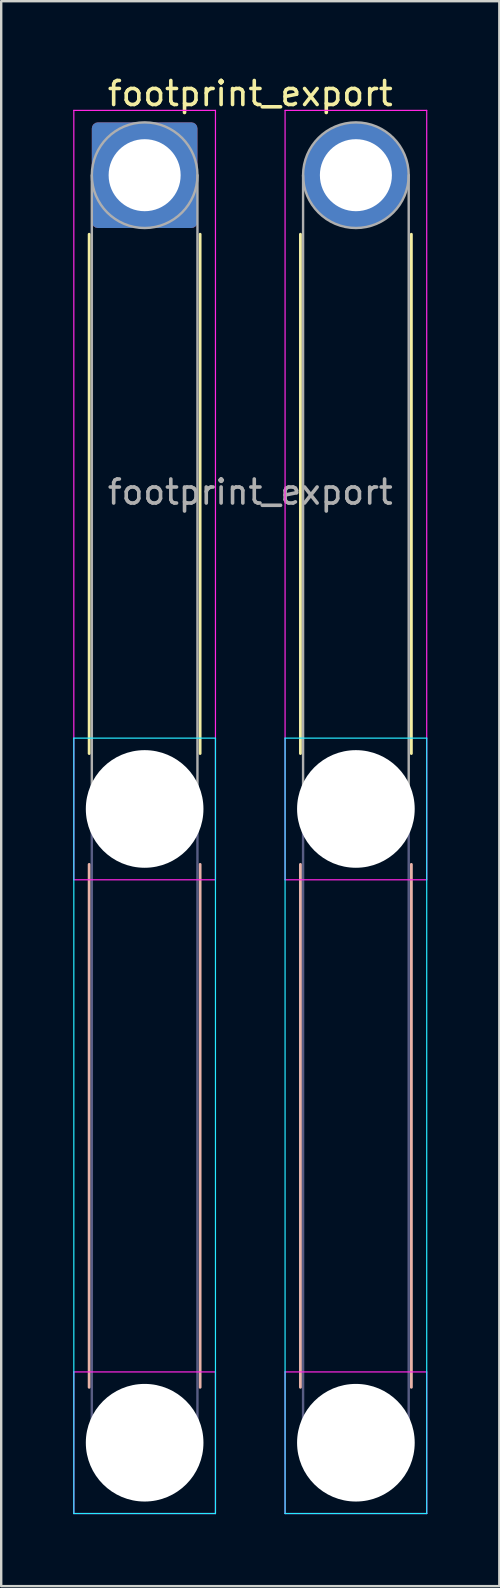
<source format=kicad_pcb>
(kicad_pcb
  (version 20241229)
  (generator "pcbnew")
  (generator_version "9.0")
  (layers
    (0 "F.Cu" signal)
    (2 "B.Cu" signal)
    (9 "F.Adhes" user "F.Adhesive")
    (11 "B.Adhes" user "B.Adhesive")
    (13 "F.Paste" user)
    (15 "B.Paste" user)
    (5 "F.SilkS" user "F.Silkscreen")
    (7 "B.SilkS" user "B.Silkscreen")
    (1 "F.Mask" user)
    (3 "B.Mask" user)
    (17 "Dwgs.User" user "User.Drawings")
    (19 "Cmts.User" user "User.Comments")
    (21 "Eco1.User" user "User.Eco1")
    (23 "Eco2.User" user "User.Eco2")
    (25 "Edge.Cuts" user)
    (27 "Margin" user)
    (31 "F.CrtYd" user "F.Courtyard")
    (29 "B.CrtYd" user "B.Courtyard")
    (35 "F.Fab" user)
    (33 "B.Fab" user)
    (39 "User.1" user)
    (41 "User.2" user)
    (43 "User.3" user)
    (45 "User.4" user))
  (footprint "footprint_export"
    (layer "F.Cu")
    (at 2.975 4.248)
    (property "Reference" "footprint_export" (at 4.4 -3.4 0) (layer "F.SilkS") (effects (font (size 1 1) (thickness 0.15))))
    (attr exclude_from_pos_files exclude_from_bom)
    (fp_line (start -2.31 2.46) (end -2.31 24.09) (stroke (width 0.12) (type solid)) (layer "F.SilkS"))
    (fp_line (start 2.31 2.46) (end 2.31 24.09) (stroke (width 0.12) (type solid)) (layer "F.SilkS"))
    (fp_line (start 6.49 2.46) (end 6.49 24.09) (stroke (width 0.12) (type solid)) (layer "F.SilkS"))
    (fp_line (start 11.11 2.46) (end 11.11 24.09) (stroke (width 0.12) (type solid)) (layer "F.SilkS"))
    (fp_line (start -2.31 28.71) (end -2.31 50.49) (stroke (width 0.12) (type solid)) (layer "B.SilkS"))
    (fp_line (start 2.31 28.71) (end 2.31 50.49) (stroke (width 0.12) (type solid)) (layer "B.SilkS"))
    (fp_line (start 6.49 28.71) (end 6.49 50.49) (stroke (width 0.12) (type solid)) (layer "B.SilkS"))
    (fp_line (start 11.11 28.71) (end 11.11 50.49) (stroke (width 0.12) (type solid)) (layer "B.SilkS"))
    (fp_line (start -2.95 23.45) (end -2.95 55.75) (stroke (width 0.05) (type solid)) (layer "B.CrtYd"))
    (fp_line (start -2.95 55.75) (end 2.95 55.75) (stroke (width 0.05) (type solid)) (layer "B.CrtYd"))
    (fp_line (start 2.95 23.45) (end -2.95 23.45) (stroke (width 0.05) (type solid)) (layer "B.CrtYd"))
    (fp_line (start 2.95 55.75) (end 2.95 23.45) (stroke (width 0.05) (type solid)) (layer "B.CrtYd"))
    (fp_line (start 5.85 23.45) (end 5.85 55.75) (stroke (width 0.05) (type solid)) (layer "B.CrtYd"))
    (fp_line (start 5.85 55.75) (end 11.75 55.75) (stroke (width 0.05) (type solid)) (layer "B.CrtYd"))
    (fp_line (start 11.75 23.45) (end 5.85 23.45) (stroke (width 0.05) (type solid)) (layer "B.CrtYd"))
    (fp_line (start 11.75 55.75) (end 11.75 23.45) (stroke (width 0.05) (type solid)) (layer "B.CrtYd"))
    (fp_line (start -2.95 -2.7) (end -2.95 29.35) (stroke (width 0.05) (type solid)) (layer "F.CrtYd"))
    (fp_line (start -2.95 29.35) (end 2.95 29.35) (stroke (width 0.05) (type solid)) (layer "F.CrtYd"))
    (fp_line (start -2.95 49.85) (end -2.95 55.75) (stroke (width 0.05) (type solid)) (layer "F.CrtYd"))
    (fp_line (start -2.95 55.75) (end 2.95 55.75) (stroke (width 0.05) (type solid)) (layer "F.CrtYd"))
    (fp_line (start 2.95 -2.7) (end -2.95 -2.7) (stroke (width 0.05) (type solid)) (layer "F.CrtYd"))
    (fp_line (start 2.95 29.35) (end 2.95 -2.7) (stroke (width 0.05) (type solid)) (layer "F.CrtYd"))
    (fp_line (start 2.95 49.85) (end -2.95 49.85) (stroke (width 0.05) (type solid)) (layer "F.CrtYd"))
    (fp_line (start 2.95 55.75) (end 2.95 49.85) (stroke (width 0.05) (type solid)) (layer "F.CrtYd"))
    (fp_line (start 5.85 -2.7) (end 5.85 29.35) (stroke (width 0.05) (type solid)) (layer "F.CrtYd"))
    (fp_line (start 5.85 29.35) (end 11.75 29.35) (stroke (width 0.05) (type solid)) (layer "F.CrtYd"))
    (fp_line (start 5.85 49.85) (end 5.85 55.75) (stroke (width 0.05) (type solid)) (layer "F.CrtYd"))
    (fp_line (start 5.85 55.75) (end 11.75 55.75) (stroke (width 0.05) (type solid)) (layer "F.CrtYd"))
    (fp_line (start 11.75 -2.7) (end 5.85 -2.7) (stroke (width 0.05) (type solid)) (layer "F.CrtYd"))
    (fp_line (start 11.75 29.35) (end 11.75 -2.7) (stroke (width 0.05) (type solid)) (layer "F.CrtYd"))
    (fp_line (start 11.75 49.85) (end 5.85 49.85) (stroke (width 0.05) (type solid)) (layer "F.CrtYd"))
    (fp_line (start 11.75 55.75) (end 11.75 49.85) (stroke (width 0.05) (type solid)) (layer "F.CrtYd"))
    (fp_line (start -2.2 26.4) (end -2.2 52.8) (stroke (width 0.1) (type solid)) (layer "B.Fab"))
    (fp_line (start 2.2 26.4) (end 2.2 52.8) (stroke (width 0.1) (type solid)) (layer "B.Fab"))
    (fp_line (start 6.6 26.4) (end 6.6 52.8) (stroke (width 0.1) (type solid)) (layer "B.Fab"))
    (fp_line (start 11 26.4) (end 11 52.8) (stroke (width 0.1) (type solid)) (layer "B.Fab"))
    (fp_circle (center 0 26.4) (end 2.2 26.4) (stroke (width 0.1) (type solid)) (fill no) (layer "B.Fab"))
    (fp_circle (center 0 52.8) (end 2.2 52.8) (stroke (width 0.1) (type solid)) (fill no) (layer "B.Fab"))
    (fp_circle (center 8.8 26.4) (end 11 26.4) (stroke (width 0.1) (type solid)) (fill no) (layer "B.Fab"))
    (fp_circle (center 8.8 52.8) (end 11 52.8) (stroke (width 0.1) (type solid)) (fill no) (layer "B.Fab"))
    (fp_line (start -2.2 0) (end -2.2 26.4) (stroke (width 0.1) (type solid)) (layer "F.Fab"))
    (fp_line (start 2.2 0) (end 2.2 26.4) (stroke (width 0.1) (type solid)) (layer "F.Fab"))
    (fp_line (start 6.6 0) (end 6.6 26.4) (stroke (width 0.1) (type solid)) (layer "F.Fab"))
    (fp_line (start 11 0) (end 11 26.4) (stroke (width 0.1) (type solid)) (layer "F.Fab"))
    (fp_circle (center 0 0) (end 2.2 0) (stroke (width 0.1) (type solid)) (fill no) (layer "F.Fab"))
    (fp_circle (center 0 26.4) (end 2.2 26.4) (stroke (width 0.1) (type solid)) (fill no) (layer "F.Fab"))
    (fp_circle (center 0 52.8) (end 2.2 52.8) (stroke (width 0.1) (type solid)) (fill no) (layer "F.Fab"))
    (fp_circle (center 8.8 0) (end 11 0) (stroke (width 0.1) (type solid)) (fill no) (layer "F.Fab"))
    (fp_circle (center 8.8 26.4) (end 11 26.4) (stroke (width 0.1) (type solid)) (fill no) (layer "F.Fab"))
    (fp_circle (center 8.8 52.8) (end 11 52.8) (stroke (width 0.1) (type solid)) (fill no) (layer "F.Fab"))
    (fp_text user "${REFERENCE}" (at 4.4 13.2 0) (layer "F.Fab") (effects (font (size 1 1) (thickness 0.15))))
    (pad "" np_thru_hole circle (at 0 26.4) (size 4.9 4.9) (drill 4.9) (layers "*.Cu" "*.Mask"))
    (pad "" np_thru_hole circle (at 0 52.8) (size 4.9 4.9) (drill 4.9) (layers "*.Cu" "*.Mask"))
    (pad "" np_thru_hole circle (at 8.8 26.4) (size 4.9 4.9) (drill 4.9) (layers "*.Cu" "*.Mask"))
    (pad "" np_thru_hole circle (at 8.8 52.8) (size 4.9 4.9) (drill 4.9) (layers "*.Cu" "*.Mask"))
    (pad "1" thru_hole roundrect (at 0 0) (size 4.4 4.4) (drill 3) (layers "*.Cu" "*.Mask") (roundrect_rratio 0.057))
    (pad "2" thru_hole circle (at 8.8 0) (size 4.4 4.4) (drill 3) (layers "*.Cu" "*.Mask")))
  (gr_rect
    (start -3 -3)
    (end 17.75 63.023)
    (stroke (width 0.1) (type default))
    (fill no)
    (layer "Edge.Cuts")))
</source>
